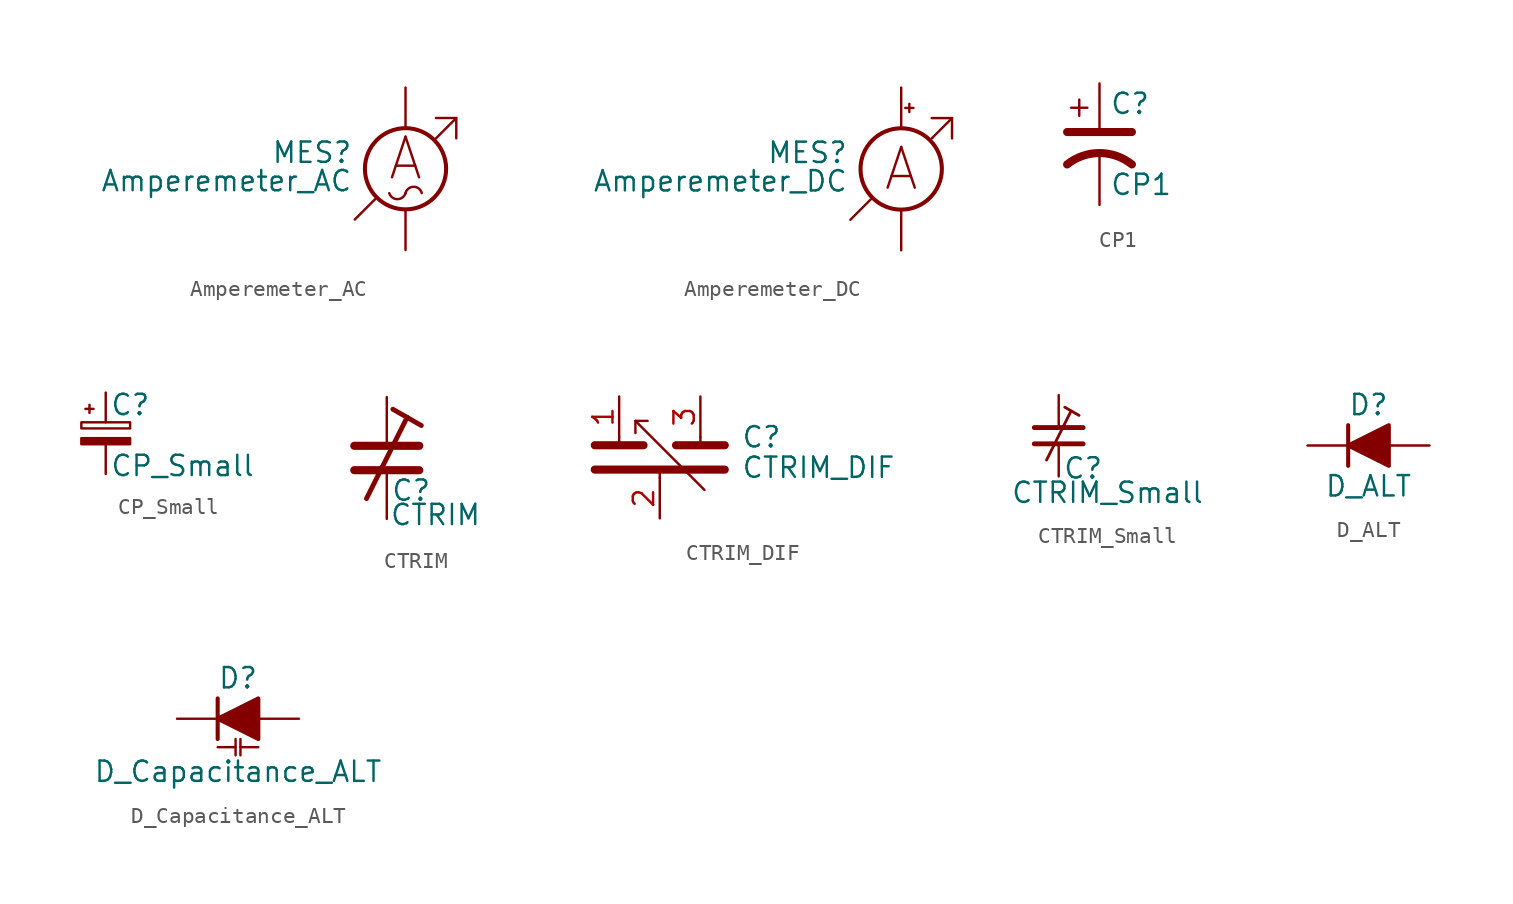
<source format=kicad_sym>
(kicad_symbol_lib
  (version 20211014)
  (generator kicad_symbol_editor)
  (symbol "Amperemeter_AC"
    (pin_numbers hide)
    (pin_names
      (offset 0.025) hide)
    (property "Reference" "MES"
      (at -3.302 1.016 0)
      (effects (font (size 1.27 1.27)) (justify right)))
    (property "Value" "Amperemeter_AC"
      (at -3.302 -0.762 0)
      (effects (font (size 1.27 1.27)) (justify right)))
    (symbol "Amperemeter_AC_0_0"
      (polyline (pts (xy -3.175 -3.175) (xy -1.905 -1.905)) (stroke (width 0) (type default) (color 0 0 0 0)) (fill (type none)))
      (polyline (pts (xy 1.905 1.905) (xy 3.175 3.175)) (stroke (width 0) (type default) (color 0 0 0 0)) (fill (type none)))
      (polyline (pts (xy 1.905 3.175) (xy 3.175 3.175) (xy 3.175 1.905)) (stroke (width 0) (type default) (color 0 0 0 0)) (fill (type none)))
      (text "A" (at 0 0.635 0) (effects (font (size 2.54 2.54)))))
    (symbol "Amperemeter_AC_0_1"
      (arc (start -1.016 -1.524) (mid -0.508 -1.902) (end 0 -1.524) (stroke (width 0) (type default) (color 0 0 0 0)) (fill (type none)))
      (circle (center 0 0) (radius 2.54) (stroke (width 0.254) (type default) (color 0 0 0 0)) (fill (type none)))
      (arc (start 1.016 -1.524) (mid 0.508 -1.1274) (end 0 -1.524) (stroke (width 0) (type default) (color 0 0 0 0)) (fill (type none))))
    (symbol "Amperemeter_AC_1_1"
      (pin passive line (at 0 -5.08 90) (length 2.54) (name "~" (effects (font (size 1.27 1.27)))) (number "1" (effects (font (size 1.27 1.27)))))
      (pin passive line (at 0 5.08 270) (length 2.54) (name "~" (effects (font (size 1.27 1.27)))) (number "2" (effects (font (size 1.27 1.27)))))))
  (symbol "Amperemeter_DC"
    (pin_numbers hide)
    (pin_names
      (offset 0.025) hide)
    (property "Reference" "MES"
      (at -3.302 1.016 0)
      (effects (font (size 1.27 1.27)) (justify right)))
    (property "Value" "Amperemeter_DC"
      (at -3.302 -0.762 0)
      (effects (font (size 1.27 1.27)) (justify right)))
    (symbol "Amperemeter_DC_0_0"
      (polyline (pts (xy -3.175 -3.175) (xy -1.905 -1.905)) (stroke (width 0) (type default) (color 0 0 0 0)) (fill (type none)))
      (polyline (pts (xy 1.905 1.905) (xy 3.175 3.175)) (stroke (width 0) (type default) (color 0 0 0 0)) (fill (type none)))
      (polyline (pts (xy 1.905 3.175) (xy 3.175 3.175) (xy 3.175 1.905)) (stroke (width 0) (type default) (color 0 0 0 0)) (fill (type none)))
      (text "A" (at 0 0 0) (effects (font (size 2.54 2.54)))))
    (symbol "Amperemeter_DC_0_1"
      (polyline (pts (xy 0.254 3.81) (xy 0.762 3.81)) (stroke (width 0) (type default) (color 0 0 0 0)) (fill (type none)))
      (polyline (pts (xy 0.508 4.064) (xy 0.508 3.556)) (stroke (width 0) (type default) (color 0 0 0 0)) (fill (type none)))
      (circle (center 0 0) (radius 2.54) (stroke (width 0.254) (type default) (color 0 0 0 0)) (fill (type none))))
    (symbol "Amperemeter_DC_1_1"
      (pin passive line (at 0 -5.08 90) (length 2.54) (name "-" (effects (font (size 1.27 1.27)))) (number "1" (effects (font (size 1.27 1.27)))))
      (pin passive line (at 0 5.08 270) (length 2.54) (name "+" (effects (font (size 1.27 1.27)))) (number "2" (effects (font (size 1.27 1.27)))))))
  (symbol "CP1"
    (pin_numbers hide)
    (pin_names
      (offset 0.254) hide)
    (property "Reference" "C"
      (at 0.635 2.54 0)
      (effects (font (size 1.27 1.27)) (justify left)))
    (property "Value" "CP1"
      (at 0.635 -2.54 0)
      (effects (font (size 1.27 1.27)) (justify left)))
    (symbol "CP1_0_1"
      (polyline (pts (xy -2.032 0.762) (xy 2.032 0.762)) (stroke (width 0.508) (type default) (color 0 0 0 0)) (fill (type none)))
      (polyline (pts (xy -1.778 2.286) (xy -0.762 2.286)) (stroke (width 0) (type default) (color 0 0 0 0)) (fill (type none)))
      (polyline (pts (xy -1.27 1.778) (xy -1.27 2.794)) (stroke (width 0) (type default) (color 0 0 0 0)) (fill (type none)))
      (arc (start 2.032 -1.27) (mid 0 -0.5572) (end -2.032 -1.27) (stroke (width 0.508) (type default) (color 0 0 0 0)) (fill (type none))))
    (symbol "CP1_1_1"
      (pin passive line (at 0 3.81 270) (length 2.794) (name "~" (effects (font (size 1.27 1.27)))) (number "1" (effects (font (size 1.27 1.27)))))
      (pin passive line (at 0 -3.81 90) (length 3.302) (name "~" (effects (font (size 1.27 1.27)))) (number "2" (effects (font (size 1.27 1.27)))))))
  (symbol "CP_Small"
    (pin_numbers hide)
    (pin_names
      (offset 0.254) hide)
    (property "Reference" "C"
      (at 0.254 1.778 0)
      (effects (font (size 1.27 1.27)) (justify left)))
    (property "Value" "CP_Small"
      (at 0.254 -2.032 0)
      (effects (font (size 1.27 1.27)) (justify left)))
    (symbol "CP_Small_0_1"
      (rectangle (start -1.524 -0.305) (end 1.524 -0.686) (stroke (width 0) (type default) (color 0 0 0 0)) (fill (type outline)))
      (rectangle (start -1.524 0.686) (end 1.524 0.305) (stroke (width 0) (type default) (color 0 0 0 0)) (fill (type none)))
      (polyline (pts (xy -1.27 1.524) (xy -0.762 1.524)) (stroke (width 0) (type default) (color 0 0 0 0)) (fill (type none)))
      (polyline (pts (xy -1.016 1.27) (xy -1.016 1.778)) (stroke (width 0) (type default) (color 0 0 0 0)) (fill (type none))))
    (symbol "CP_Small_1_1"
      (pin passive line (at 0 2.54 270) (length 1.854) (name "~" (effects (font (size 1.27 1.27)))) (number "1" (effects (font (size 1.27 1.27)))))
      (pin passive line (at 0 -2.54 90) (length 1.854) (name "~" (effects (font (size 1.27 1.27)))) (number "2" (effects (font (size 1.27 1.27)))))))
  (symbol "CTRIM"
    (pin_numbers hide)
    (pin_names
      (offset 0.254) hide)
    (property "Reference" "C"
      (at 1.524 -2.032 0)
      (effects (font (size 1.27 1.27))))
    (property "Value" "CTRIM"
      (at 3.048 -3.556 0)
      (effects (font (size 1.27 1.27))))
    (symbol "CTRIM_0_1"
      (polyline (pts (xy -2.032 -0.762) (xy 2.032 -0.762)) (stroke (width 0.508) (type default) (color 0 0 0 0)) (fill (type none)))
      (polyline (pts (xy -2.032 0.762) (xy 2.032 0.762)) (stroke (width 0.508) (type default) (color 0 0 0 0)) (fill (type none)))
      (polyline (pts (xy 1.27 2.54) (xy -1.27 -2.54)) (stroke (width 0.305) (type default) (color 0 0 0 0)) (fill (type none)))
      (polyline (pts (xy 1.27 2.54) (xy 0.381 3.048)) (stroke (width 0.305) (type default) (color 0 0 0 0)) (fill (type none)))
      (polyline (pts (xy 1.27 2.54) (xy 2.159 2.032)) (stroke (width 0.305) (type default) (color 0 0 0 0)) (fill (type none))))
    (symbol "CTRIM_1_1"
      (pin passive line (at 0 3.81 270) (length 3.048) (name "~" (effects (font (size 1.27 1.27)))) (number "1" (effects (font (size 1.27 1.27)))))
      (pin passive line (at 0 -3.81 90) (length 3.048) (name "~" (effects (font (size 1.27 1.27)))) (number "2" (effects (font (size 1.27 1.27)))))))
  (symbol "CTRIM_DIF"
    (pin_names
      (offset 0.254) hide)
    (property "Reference" "C"
      (at 5.08 1.27 0)
      (effects (font (size 1.27 1.27)) (justify left)))
    (property "Value" "CTRIM_DIF"
      (at 5.08 -0.635 0)
      (effects (font (size 1.27 1.27)) (justify left)))
    (symbol "CTRIM_DIF_0_1"
      (polyline (pts (xy -4.064 -0.762) (xy 4.064 -0.762)) (stroke (width 0.508) (type default) (color 0 0 0 0)) (fill (type none)))
      (polyline (pts (xy -4.064 0.762) (xy -1.016 0.762)) (stroke (width 0.508) (type default) (color 0 0 0 0)) (fill (type none)))
      (polyline (pts (xy -2.54 1.27) (xy -2.54 0.762)) (stroke (width 0) (type default) (color 0 0 0 0)) (fill (type none)))
      (polyline (pts (xy -1.524 2.286) (xy 2.794 -2.032)) (stroke (width 0) (type default) (color 0 0 0 0)) (fill (type none)))
      (polyline (pts (xy 0 -1.27) (xy 0 -0.762)) (stroke (width 0) (type default) (color 0 0 0 0)) (fill (type none)))
      (polyline (pts (xy 1.016 0.762) (xy 4.064 0.762)) (stroke (width 0.508) (type default) (color 0 0 0 0)) (fill (type none)))
      (polyline (pts (xy 2.54 1.27) (xy 2.54 0.762)) (stroke (width 0) (type default) (color 0 0 0 0)) (fill (type none)))
      (polyline (pts (xy -0.762 2.286) (xy -1.524 2.286) (xy -1.524 1.524)) (stroke (width 0) (type default) (color 0 0 0 0)) (fill (type none))))
    (symbol "CTRIM_DIF_1_1"
      (pin passive line (at -2.54 3.81 270) (length 2.54) (name "~" (effects (font (size 1.27 1.27)))) (number "1" (effects (font (size 1.27 1.27)))))
      (pin passive line (at 0 -3.81 90) (length 2.54) (name "~" (effects (font (size 1.27 1.27)))) (number "2" (effects (font (size 1.27 1.27)))))
      (pin passive line (at 2.54 3.81 270) (length 2.54) (name "~" (effects (font (size 1.27 1.27)))) (number "3" (effects (font (size 1.27 1.27)))))))
  (symbol "CTRIM_Small"
    (pin_numbers hide)
    (pin_names
      (offset 0.254) hide)
    (property "Reference" "C"
      (at 1.524 -2.032 0)
      (effects (font (size 1.27 1.27))))
    (property "Value" "CTRIM_Small"
      (at 3.048 -3.556 0)
      (effects (font (size 1.27 1.27))))
    (symbol "CTRIM_Small_0_1"
      (polyline (pts (xy -1.524 -0.508) (xy 1.524 -0.508)) (stroke (width 0.305) (type default) (color 0 0 0 0)) (fill (type none)))
      (polyline (pts (xy -1.524 0.508) (xy 1.524 0.508)) (stroke (width 0.305) (type default) (color 0 0 0 0)) (fill (type none)))
      (polyline (pts (xy 0.762 1.524) (xy -0.762 -1.524)) (stroke (width 0.178) (type default) (color 0 0 0 0)) (fill (type none)))
      (polyline (pts (xy 1.27 1.27) (xy 0.381 1.778)) (stroke (width 0.178) (type default) (color 0 0 0 0)) (fill (type none))))
    (symbol "CTRIM_Small_1_1"
      (pin passive line (at 0 2.54 270) (length 2.032) (name "~" (effects (font (size 1.27 1.27)))) (number "1" (effects (font (size 1.27 1.27)))))
      (pin passive line (at 0 -2.54 90) (length 2.032) (name "~" (effects (font (size 1.27 1.27)))) (number "2" (effects (font (size 1.27 1.27)))))))
  (symbol "D_ALT"
    (pin_numbers hide)
    (pin_names
      (offset 1.016) hide)
    (property "Reference" "D"
      (at 0 2.54 0)
      (effects (font (size 1.27 1.27))))
    (property "Value" "D_ALT"
      (at 0 -2.54 0)
      (effects (font (size 1.27 1.27))))
    (symbol "D_ALT_0_1"
      (polyline (pts (xy -1.27 1.27) (xy -1.27 -1.27)) (stroke (width 0.254) (type default) (color 0 0 0 0)) (fill (type none)))
      (polyline (pts (xy 1.27 0) (xy -1.27 0)) (stroke (width 0) (type default) (color 0 0 0 0)) (fill (type none)))
      (polyline (pts (xy 1.27 1.27) (xy 1.27 -1.27) (xy -1.27 0) (xy 1.27 1.27)) (stroke (width 0.254) (type default) (color 0 0 0 0)) (fill (type outline))))
    (symbol "D_ALT_1_1"
      (pin passive line (at -3.81 0 0) (length 2.54) (name "K" (effects (font (size 1.27 1.27)))) (number "1" (effects (font (size 1.27 1.27)))))
      (pin passive line (at 3.81 0 180) (length 2.54) (name "A" (effects (font (size 1.27 1.27)))) (number "2" (effects (font (size 1.27 1.27)))))))
  (symbol "D_Capacitance_ALT"
    (pin_numbers hide)
    (pin_names
      (offset 1.016) hide)
    (property "Reference" "D"
      (at 0 2.54 0)
      (effects (font (size 1.27 1.27))))
    (property "Value" "D_Capacitance_ALT"
      (at 0 -3.302 0)
      (effects (font (size 1.27 1.27))))
    (symbol "D_Capacitance_ALT_0_1"
      (polyline (pts (xy -1.27 -1.778) (xy -0.152 -1.778)) (stroke (width 0) (type default) (color 0 0 0 0)) (fill (type none)))
      (polyline (pts (xy -1.27 0) (xy 1.27 0)) (stroke (width 0) (type default) (color 0 0 0 0)) (fill (type none)))
      (polyline (pts (xy -1.27 1.27) (xy -1.27 -1.27)) (stroke (width 0.254) (type default) (color 0 0 0 0)) (fill (type none)))
      (polyline (pts (xy -0.152 -1.27) (xy -0.152 -2.286)) (stroke (width 0) (type default) (color 0 0 0 0)) (fill (type none)))
      (polyline (pts (xy 0.152 -1.778) (xy 1.27 -1.778)) (stroke (width 0) (type default) (color 0 0 0 0)) (fill (type none)))
      (polyline (pts (xy 0.152 -1.27) (xy 0.152 -2.286)) (stroke (width 0) (type default) (color 0 0 0 0)) (fill (type none)))
      (polyline (pts (xy 1.27 1.27) (xy 1.27 -1.27) (xy -1.27 0) (xy 1.27 1.27)) (stroke (width 0.254) (type default) (color 0 0 0 0)) (fill (type outline))))
    (symbol "D_Capacitance_ALT_1_1"
      (pin passive line (at -3.81 0 0) (length 2.54) (name "K" (effects (font (size 1.27 1.27)))) (number "1" (effects (font (size 1.27 1.27)))))
      (pin passive line (at 3.81 0 180) (length 2.54) (name "A" (effects (font (size 1.27 1.27)))) (number "2" (effects (font (size 1.27 1.27))))))))
</source>
